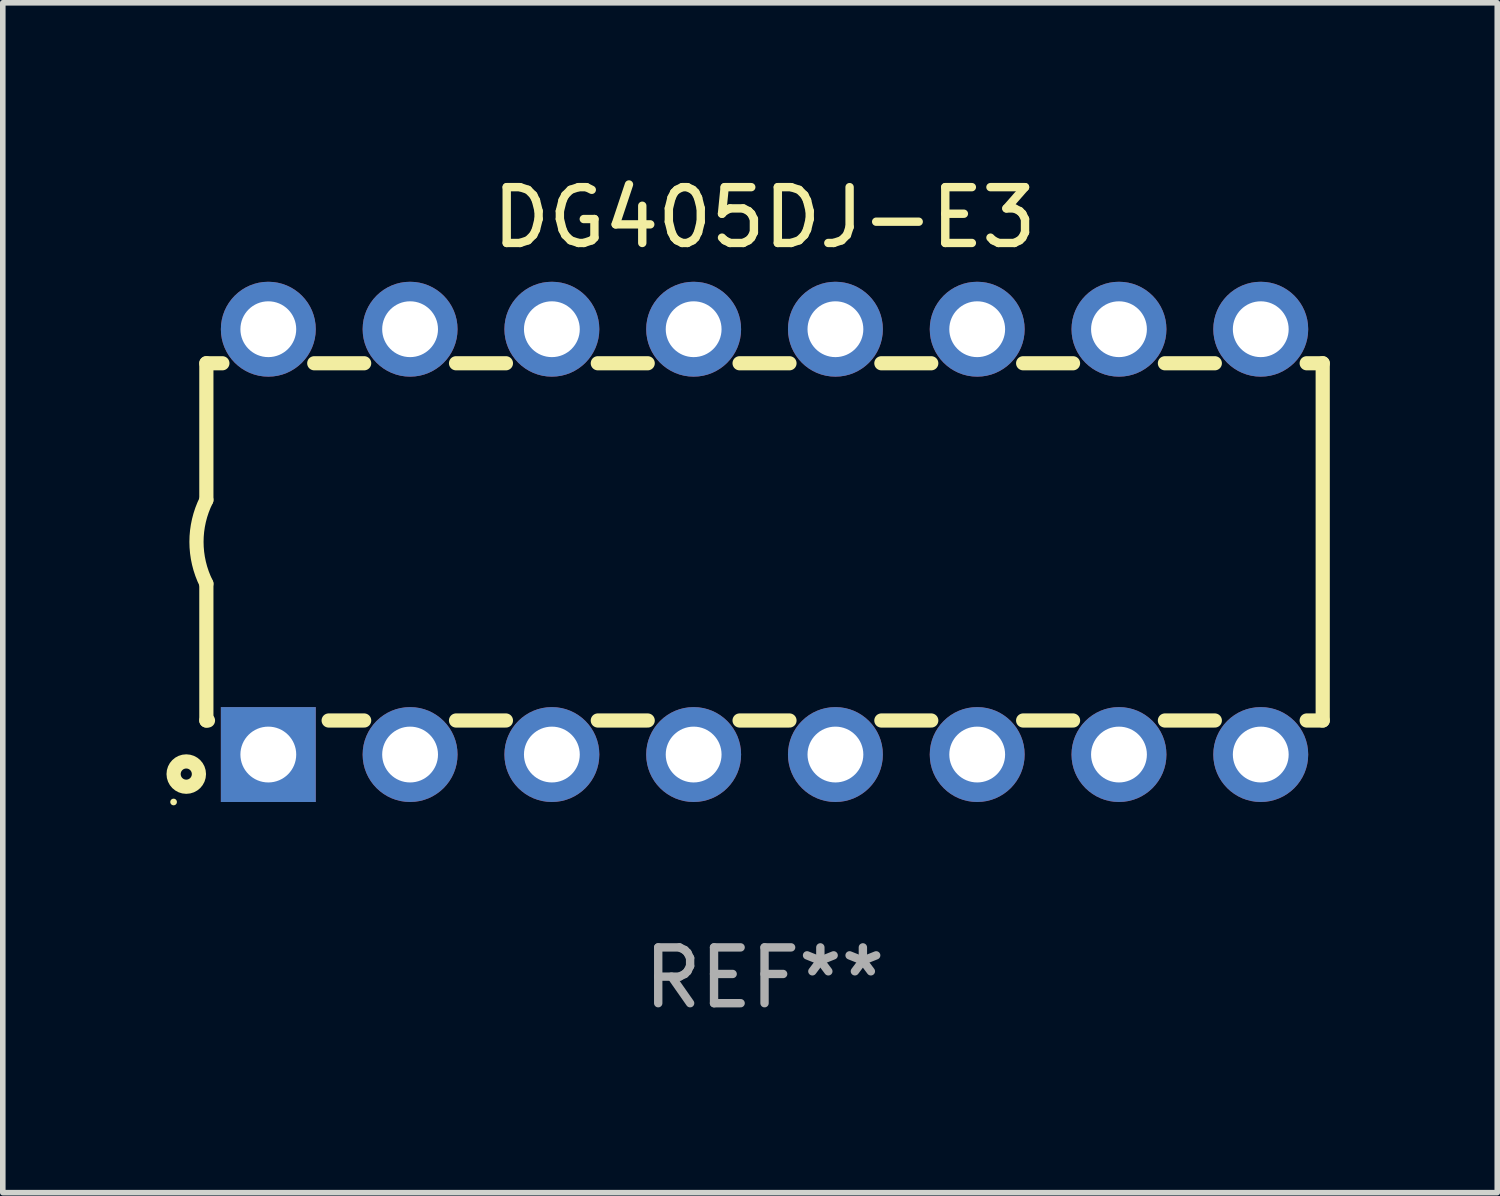
<source format=kicad_pcb>
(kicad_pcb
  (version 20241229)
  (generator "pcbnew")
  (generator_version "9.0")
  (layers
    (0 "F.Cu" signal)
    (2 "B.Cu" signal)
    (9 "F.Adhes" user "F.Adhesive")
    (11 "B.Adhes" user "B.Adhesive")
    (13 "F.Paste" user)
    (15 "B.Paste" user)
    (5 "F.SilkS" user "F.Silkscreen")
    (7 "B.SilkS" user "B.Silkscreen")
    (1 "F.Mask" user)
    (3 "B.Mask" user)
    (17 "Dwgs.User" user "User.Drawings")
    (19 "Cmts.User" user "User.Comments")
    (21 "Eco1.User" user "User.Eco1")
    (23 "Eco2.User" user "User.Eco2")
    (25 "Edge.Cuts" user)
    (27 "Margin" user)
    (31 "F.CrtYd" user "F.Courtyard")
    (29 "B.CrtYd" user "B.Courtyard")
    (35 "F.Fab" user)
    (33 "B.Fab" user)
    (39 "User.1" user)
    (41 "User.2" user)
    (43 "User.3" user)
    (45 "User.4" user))
  (footprint "DG405DJ-E3"
    (layer "F.Cu")
    (at 10.647 6.658)
    (property "Reference" "DG405DJ-E3" (at 0 -5.81 0) (layer "F.SilkS") (effects (font (size 1 1) (thickness 0.15))))
    (attr through_hole)
    (fp_line (start -10 -3.2) (end -10 -0.75) (stroke (width 0.254) (type solid)) (layer "F.SilkS"))
    (fp_line (start -10 -3.2) (end -9.713 -3.2) (stroke (width 0.254) (type solid)) (layer "F.SilkS"))
    (fp_line (start -10 3.2) (end -10 0.75) (stroke (width 0.254) (type solid)) (layer "F.SilkS"))
    (fp_line (start -10 3.2) (end -9.971 3.2) (stroke (width 0.254) (type solid)) (layer "F.SilkS"))
    (fp_line (start -8.067 -3.2) (end -7.173 -3.2) (stroke (width 0.254) (type solid)) (layer "F.SilkS"))
    (fp_line (start -7.809 3.2) (end -7.173 3.2) (stroke (width 0.254) (type solid)) (layer "F.SilkS"))
    (fp_line (start -5.527 3.2) (end -4.633 3.2) (stroke (width 0.254) (type solid)) (layer "F.SilkS"))
    (fp_line (start -5.527 -3.2) (end -4.633 -3.2) (stroke (width 0.254) (type solid)) (layer "F.SilkS"))
    (fp_line (start -2.987 3.2) (end -2.093 3.2) (stroke (width 0.254) (type solid)) (layer "F.SilkS"))
    (fp_line (start -2.987 -3.2) (end -2.093 -3.2) (stroke (width 0.254) (type solid)) (layer "F.SilkS"))
    (fp_line (start -0.447 3.2) (end 0.447 3.2) (stroke (width 0.254) (type solid)) (layer "F.SilkS"))
    (fp_line (start -0.447 -3.2) (end 0.447 -3.2) (stroke (width 0.254) (type solid)) (layer "F.SilkS"))
    (fp_line (start 2.093 3.2) (end 2.987 3.2) (stroke (width 0.254) (type solid)) (layer "F.SilkS"))
    (fp_line (start 2.093 -3.2) (end 2.987 -3.2) (stroke (width 0.254) (type solid)) (layer "F.SilkS"))
    (fp_line (start 4.633 3.2) (end 5.527 3.2) (stroke (width 0.254) (type solid)) (layer "F.SilkS"))
    (fp_line (start 4.633 -3.2) (end 5.527 -3.2) (stroke (width 0.254) (type solid)) (layer "F.SilkS"))
    (fp_line (start 7.173 3.2) (end 8.067 3.2) (stroke (width 0.254) (type solid)) (layer "F.SilkS"))
    (fp_line (start 7.173 -3.2) (end 8.067 -3.2) (stroke (width 0.254) (type solid)) (layer "F.SilkS"))
    (fp_line (start 9.713 3.2) (end 10 3.2) (stroke (width 0.254) (type solid)) (layer "F.SilkS"))
    (fp_line (start 9.713 -3.2) (end 10 -3.2) (stroke (width 0.254) (type solid)) (layer "F.SilkS"))
    (fp_line (start 10 -3.2) (end 10 3.2) (stroke (width 0.254) (type solid)) (layer "F.SilkS"))
    (fp_arc (start -10 0.748793) (mid -10.176918 -0.000607) (end -10.000025 -0.750013) (stroke (width 0.254001) (type solid)) (layer "F.SilkS"))
    (fp_circle (center -10.587 4.66) (end -10.557 4.66) (stroke (width 0.06) (type solid)) (fill no) (layer "F.SilkS"))
    (fp_circle (center -10.36 4.16) (end -10.26 4.16) (stroke (width 0.254) (type solid)) (fill no) (layer "F.SilkS"))
    (fp_text user "REF**" (at 0 7.81 0) (layer "F.Fab") (effects (font (size 1 1) (thickness 0.15))))
    (pad "1" thru_hole rect (at -8.89 3.81 90) (size 1.7 1.7) (drill 1) (layers "*.Cu" "*.Mask"))
    (pad "2" thru_hole circle (at -6.35 3.81) (size 1.7 1.7) (drill 1) (layers "*.Cu" "*.Mask"))
    (pad "3" thru_hole circle (at -3.81 3.81) (size 1.7 1.7) (drill 1) (layers "*.Cu" "*.Mask"))
    (pad "4" thru_hole circle (at -1.27 3.81) (size 1.7 1.7) (drill 1) (layers "*.Cu" "*.Mask"))
    (pad "5" thru_hole circle (at 1.27 3.81) (size 1.7 1.7) (drill 1) (layers "*.Cu" "*.Mask"))
    (pad "6" thru_hole circle (at 3.81 3.81) (size 1.7 1.7) (drill 1) (layers "*.Cu" "*.Mask"))
    (pad "7" thru_hole circle (at 6.35 3.81) (size 1.7 1.7) (drill 1) (layers "*.Cu" "*.Mask"))
    (pad "8" thru_hole circle (at 8.89 3.81) (size 1.7 1.7) (drill 1) (layers "*.Cu" "*.Mask"))
    (pad "9" thru_hole circle (at 8.89 -3.81) (size 1.7 1.7) (drill 1) (layers "*.Cu" "*.Mask"))
    (pad "10" thru_hole circle (at 6.35 -3.81) (size 1.7 1.7) (drill 1) (layers "*.Cu" "*.Mask"))
    (pad "11" thru_hole circle (at 3.81 -3.81) (size 1.7 1.7) (drill 1) (layers "*.Cu" "*.Mask"))
    (pad "12" thru_hole circle (at 1.27 -3.81) (size 1.7 1.7) (drill 1) (layers "*.Cu" "*.Mask"))
    (pad "13" thru_hole circle (at -1.27 -3.81) (size 1.7 1.7) (drill 1) (layers "*.Cu" "*.Mask"))
    (pad "14" thru_hole circle (at -3.81 -3.81) (size 1.7 1.7) (drill 1) (layers "*.Cu" "*.Mask"))
    (pad "15" thru_hole circle (at -6.35 -3.81) (size 1.7 1.7) (drill 1) (layers "*.Cu" "*.Mask"))
    (pad "16" thru_hole circle (at -8.89 -3.81) (size 1.7 1.7) (drill 1) (layers "*.Cu" "*.Mask")))
  (gr_rect
    (start -3 -3)
    (end 23.774 18.317)
    (stroke (width 0.1) (type default))
    (fill no)
    (layer "Edge.Cuts")))
</source>
